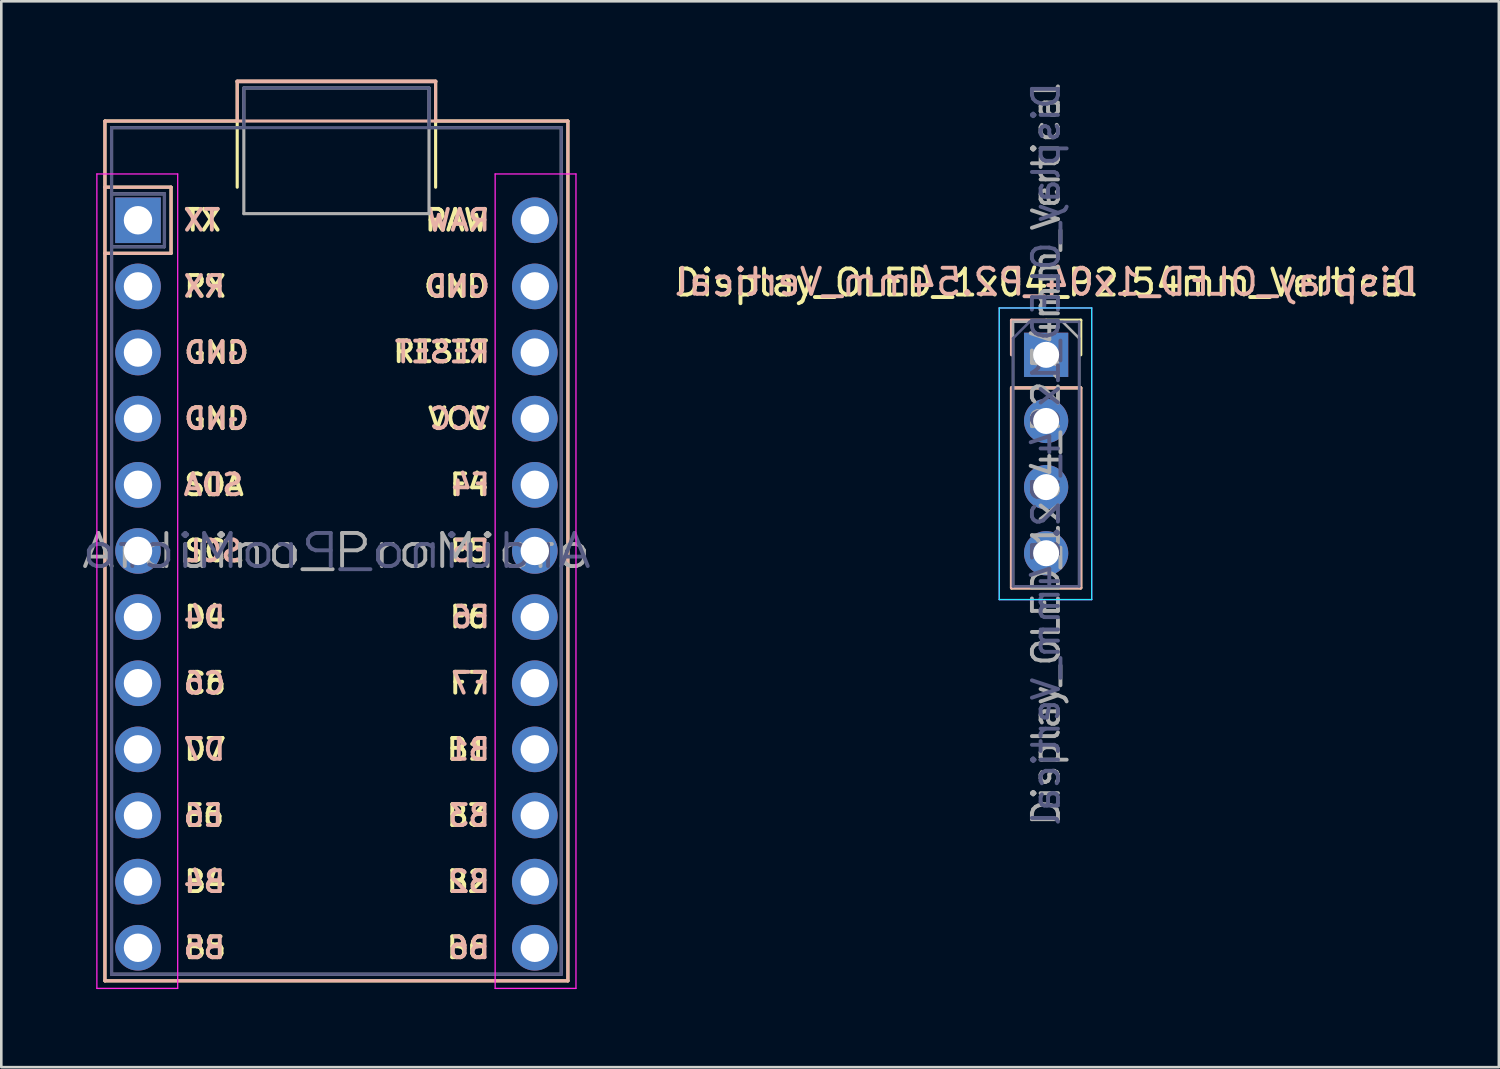
<source format=kicad_pcb>
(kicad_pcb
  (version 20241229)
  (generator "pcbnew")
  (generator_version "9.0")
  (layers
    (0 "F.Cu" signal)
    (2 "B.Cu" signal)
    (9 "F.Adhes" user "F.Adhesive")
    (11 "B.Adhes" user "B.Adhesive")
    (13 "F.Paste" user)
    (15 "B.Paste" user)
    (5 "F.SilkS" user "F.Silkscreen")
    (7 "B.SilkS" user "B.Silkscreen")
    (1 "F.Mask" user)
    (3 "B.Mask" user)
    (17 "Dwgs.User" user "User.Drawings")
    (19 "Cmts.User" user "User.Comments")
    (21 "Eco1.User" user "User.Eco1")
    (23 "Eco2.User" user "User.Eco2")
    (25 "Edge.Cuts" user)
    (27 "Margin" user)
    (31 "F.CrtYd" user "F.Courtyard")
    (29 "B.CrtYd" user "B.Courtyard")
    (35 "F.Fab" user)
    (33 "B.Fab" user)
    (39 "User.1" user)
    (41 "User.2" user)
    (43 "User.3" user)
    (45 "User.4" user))
  (footprint "Arduino_ProMicro"
    (layer "F.Cu")
    (at 9.87 18.109)
    (property "Reference" "Arduino_ProMicro" (at 0 0 0) (layer "F.Fab") (effects (font (size 1.27 1.524) (thickness 0.15))))
    (attr through_hole)
    (fp_line (start -8.89 -16.51) (end -8.89 16.51) (stroke (width 0.12) (type solid)) (layer "F.SilkS"))
    (fp_line (start -8.89 -16.51) (end -3.81 -16.51) (stroke (width 0.12) (type solid)) (layer "F.SilkS"))
    (fp_line (start -8.89 16.51) (end 8.89 16.51) (stroke (width 0.12) (type solid)) (layer "F.SilkS"))
    (fp_line (start -6.35 -13.97) (end -8.89 -13.97) (stroke (width 0.12) (type solid)) (layer "F.SilkS"))
    (fp_line (start -6.35 -13.97) (end -6.35 -11.43) (stroke (width 0.12) (type solid)) (layer "F.SilkS"))
    (fp_line (start -6.35 -11.43) (end -8.89 -11.43) (stroke (width 0.12) (type solid)) (layer "F.SilkS"))
    (fp_line (start -3.81 -18.034) (end 3.81 -18.034) (stroke (width 0.12) (type solid)) (layer "F.SilkS"))
    (fp_line (start -3.81 -13.97) (end -3.81 -18.034) (stroke (width 0.12) (type solid)) (layer "F.SilkS"))
    (fp_line (start 3.81 -18.034) (end 3.81 -13.97) (stroke (width 0.12) (type solid)) (layer "F.SilkS"))
    (fp_line (start 3.81 -16.51) (end 8.89 -16.51) (stroke (width 0.12) (type solid)) (layer "F.SilkS"))
    (fp_line (start 8.89 16.51) (end 8.89 -16.51) (stroke (width 0.12) (type solid)) (layer "F.SilkS"))
    (fp_line (start -8.89 -16.51) (end -8.89 16.51) (stroke (width 0.12) (type solid)) (layer "B.SilkS"))
    (fp_line (start -8.89 16.51) (end 8.89 16.51) (stroke (width 0.12) (type solid)) (layer "B.SilkS"))
    (fp_line (start -6.35 -13.97) (end -8.89 -13.97) (stroke (width 0.12) (type solid)) (layer "B.SilkS"))
    (fp_line (start -6.35 -13.97) (end -6.35 -11.43) (stroke (width 0.12) (type solid)) (layer "B.SilkS"))
    (fp_line (start -6.35 -11.43) (end -8.89 -11.43) (stroke (width 0.12) (type solid)) (layer "B.SilkS"))
    (fp_line (start -3.81 -18.034) (end 3.81 -18.034) (stroke (width 0.15) (type solid)) (layer "B.SilkS"))
    (fp_line (start -3.81 -16.51) (end -3.81 -18.034) (stroke (width 0.12) (type solid)) (layer "B.SilkS"))
    (fp_line (start 3.81 -18.034) (end 3.81 -16.51) (stroke (width 0.12) (type solid)) (layer "B.SilkS"))
    (fp_line (start 8.89 -16.51) (end -8.89 -16.51) (stroke (width 0.12) (type solid)) (layer "B.SilkS"))
    (fp_line (start 8.89 16.51) (end 8.89 -16.51) (stroke (width 0.12) (type solid)) (layer "B.SilkS"))
    (fp_line (start -9.2 16.8) (end -9.2 -14.478) (stroke (width 0.05) (type solid)) (layer "F.CrtYd"))
    (fp_line (start -6.096 -14.478) (end -9.2 -14.478) (stroke (width 0.05) (type solid)) (layer "F.CrtYd"))
    (fp_line (start -6.096 -14.478) (end -6.096 16.8) (stroke (width 0.05) (type solid)) (layer "F.CrtYd"))
    (fp_line (start -6.096 16.8) (end -9.2 16.8) (stroke (width 0.05) (type solid)) (layer "F.CrtYd"))
    (fp_line (start 6.096 16.8) (end 6.096 -14.478) (stroke (width 0.05) (type solid)) (layer "F.CrtYd"))
    (fp_line (start 6.096 16.8) (end 9.2 16.8) (stroke (width 0.05) (type solid)) (layer "F.CrtYd"))
    (fp_line (start 9.2 -14.478) (end 6.096 -14.478) (stroke (width 0.05) (type solid)) (layer "F.CrtYd"))
    (fp_line (start 9.2 -14.478) (end 9.2 16.8) (stroke (width 0.05) (type solid)) (layer "F.CrtYd"))
    (fp_line (start -8.636 -16.256) (end 8.636 -16.256) (stroke (width 0.12) (type solid)) (layer "B.Fab"))
    (fp_line (start -8.636 -13.716) (end -6.604 -13.716) (stroke (width 0.12) (type solid)) (layer "B.Fab"))
    (fp_line (start -8.636 16.256) (end -8.636 -16.256) (stroke (width 0.12) (type solid)) (layer "B.Fab"))
    (fp_line (start -6.604 -13.716) (end -6.604 -11.684) (stroke (width 0.12) (type solid)) (layer "B.Fab"))
    (fp_line (start -6.604 -11.684) (end -8.636 -11.684) (stroke (width 0.12) (type solid)) (layer "B.Fab"))
    (fp_line (start -3.556 -17.78) (end 3.556 -17.78) (stroke (width 0.12) (type solid)) (layer "B.Fab"))
    (fp_line (start -3.556 -16.256) (end -3.556 -17.78) (stroke (width 0.12) (type solid)) (layer "B.Fab"))
    (fp_line (start 3.556 -17.78) (end 3.556 -16.256) (stroke (width 0.12) (type solid)) (layer "B.Fab"))
    (fp_line (start 8.636 -16.256) (end 8.636 16.256) (stroke (width 0.12) (type solid)) (layer "B.Fab"))
    (fp_line (start 8.636 16.256) (end -8.636 16.256) (stroke (width 0.12) (type solid)) (layer "B.Fab"))
    (fp_line (start -8.636 -16.256) (end -3.556 -16.256) (stroke (width 0.12) (type solid)) (layer "F.Fab"))
    (fp_line (start -8.636 -13.716) (end -6.604 -13.716) (stroke (width 0.12) (type solid)) (layer "F.Fab"))
    (fp_line (start -8.636 16.256) (end -8.636 -16.256) (stroke (width 0.12) (type solid)) (layer "F.Fab"))
    (fp_line (start -6.604 -13.716) (end -6.604 -11.684) (stroke (width 0.12) (type solid)) (layer "F.Fab"))
    (fp_line (start -6.604 -11.684) (end -8.636 -11.684) (stroke (width 0.12) (type solid)) (layer "F.Fab"))
    (fp_line (start -3.556 -17.78) (end -3.556 -12.954) (stroke (width 0.12) (type solid)) (layer "F.Fab"))
    (fp_line (start -3.556 -17.78) (end 3.556 -17.78) (stroke (width 0.12) (type solid)) (layer "F.Fab"))
    (fp_line (start -3.556 -12.954) (end 3.556 -12.954) (stroke (width 0.12) (type solid)) (layer "F.Fab"))
    (fp_line (start 3.556 -16.256) (end 8.636 -16.256) (stroke (width 0.12) (type solid)) (layer "F.Fab"))
    (fp_line (start 3.556 -12.954) (end 3.556 -17.78) (stroke (width 0.12) (type solid)) (layer "F.Fab"))
    (fp_line (start 8.636 -16.256) (end 8.636 16.256) (stroke (width 0.12) (type solid)) (layer "F.Fab"))
    (fp_line (start 8.636 16.256) (end -8.636 16.256) (stroke (width 0.12) (type solid)) (layer "F.Fab"))
    (fp_text user "B4" (at -5.92 12.7 0) (layer "F.SilkS") (effects (font (size 0.8 0.8) (thickness 0.15)) (justify left)))
    (fp_text user "SCL" (at -5.92 0 0) (layer "F.SilkS") (effects (font (size 0.8 0.8) (thickness 0.15)) (justify left)))
    (fp_text user "E6" (at -5.92 10.16 0) (layer "F.SilkS") (effects (font (size 0.8 0.8) (thickness 0.15)) (justify left)))
    (fp_text user "B6" (at 5.92 15.24 0) (layer "F.SilkS") (effects (font (size 0.8 0.8) (thickness 0.15)) (justify right)))
    (fp_text user "F4" (at 5.92 -2.54 0) (layer "F.SilkS") (effects (font (size 0.8 0.8) (thickness 0.15)) (justify right)))
    (fp_text user "B3" (at 5.92 10.16 0) (layer "F.SilkS") (effects (font (size 0.8 0.8) (thickness 0.15)) (justify right)))
    (fp_text user "RX" (at -5.92 -10.16 0) (layer "F.SilkS") (effects (font (size 0.8 0.8) (thickness 0.15)) (justify left)))
    (fp_text user "B2" (at 5.92 12.7 0) (layer "F.SilkS") (effects (font (size 0.8 0.8) (thickness 0.15)) (justify right)))
    (fp_text user "GND" (at -5.92 -5.08 0) (layer "F.SilkS") (effects (font (size 0.8 0.8) (thickness 0.15)) (justify left)))
    (fp_text user "GND" (at -5.92 -7.62 0) (layer "F.SilkS") (effects (font (size 0.8 0.8) (thickness 0.15)) (justify left)))
    (fp_text user "B1" (at 5.92 7.62 0) (layer "F.SilkS") (effects (font (size 0.8 0.8) (thickness 0.15)) (justify right)))
    (fp_text user "D7" (at -5.92 7.62 0) (layer "F.SilkS") (effects (font (size 0.8 0.8) (thickness 0.15)) (justify left)))
    (fp_text user "B5" (at -5.92 15.24 0) (layer "F.SilkS") (effects (font (size 0.8 0.8) (thickness 0.15)) (justify left)))
    (fp_text user "C6" (at -5.92 5.08 0) (layer "F.SilkS") (effects (font (size 0.8 0.8) (thickness 0.15)) (justify left)))
    (fp_text user "TX" (at -5.92 -12.7 0) (layer "F.SilkS") (effects (font (size 0.8 0.8) (thickness 0.15)) (justify left)))
    (fp_text user "F7" (at 5.92 5.08 0) (layer "F.SilkS") (effects (font (size 0.8 0.8) (thickness 0.15)) (justify right)))
    (fp_text user "D4" (at -5.92 2.54 0) (layer "F.SilkS") (effects (font (size 0.8 0.8) (thickness 0.15)) (justify left)))
    (fp_text user "SDA" (at -5.92 -2.54 0) (layer "F.SilkS") (effects (font (size 0.8 0.8) (thickness 0.15)) (justify left)))
    (fp_text user "RAW" (at 5.92 -12.7 0) (layer "F.SilkS") (effects (font (size 0.8 0.8) (thickness 0.15)) (justify right)))
    (fp_text user "F5" (at 5.92 0 0) (layer "F.SilkS") (effects (font (size 0.8 0.8) (thickness 0.15)) (justify right)))
    (fp_text user "F6" (at 5.92 2.54 0) (layer "F.SilkS") (effects (font (size 0.8 0.8) (thickness 0.15)) (justify right)))
    (fp_text user "GND" (at 5.92 -10.16 0) (layer "F.SilkS") (effects (font (size 0.8 0.8) (thickness 0.15)) (justify right)))
    (fp_text user "VCC" (at 5.92 -5.08 0) (layer "F.SilkS") (effects (font (size 0.8 0.8) (thickness 0.15)) (justify right)))
    (fp_text user "RESET" (at 5.92 -7.65 0) (layer "F.SilkS") (effects (font (size 0.8 0.8) (thickness 0.15)) (justify right)))
    (fp_text user "D4" (at -4.191 2.54 0) (layer "B.SilkS") (effects (font (size 0.8 0.8) (thickness 0.15)) (justify left mirror)))
    (fp_text user "RX" (at -4.191 -10.16 0) (layer "B.SilkS") (effects (font (size 0.8 0.8) (thickness 0.15)) (justify left mirror)))
    (fp_text user "F4" (at 4.332 -2.54 0) (layer "B.SilkS") (effects (font (size 0.8 0.8) (thickness 0.15)) (justify right mirror)))
    (fp_text user "D7" (at -4.191 7.62 0) (layer "B.SilkS") (effects (font (size 0.8 0.8) (thickness 0.15)) (justify left mirror)))
    (fp_text user "B4" (at -4.191 12.7 0) (layer "B.SilkS") (effects (font (size 0.8 0.8) (thickness 0.15)) (justify left mirror)))
    (fp_text user "E6" (at -4.268 10.16 0) (layer "B.SilkS") (effects (font (size 0.8 0.8) (thickness 0.15)) (justify left mirror)))
    (fp_text user "B5" (at -4.191 15.24 0) (layer "B.SilkS") (effects (font (size 0.8 0.8) (thickness 0.15)) (justify left mirror)))
    (fp_text user "B2" (at 4.218 12.7 0) (layer "B.SilkS") (effects (font (size 0.8 0.8) (thickness 0.15)) (justify right mirror)))
    (fp_text user "B1" (at 4.218 7.62 0) (layer "B.SilkS") (effects (font (size 0.8 0.8) (thickness 0.15)) (justify right mirror)))
    (fp_text user "GND" (at 3.342 -10.16 0) (layer "B.SilkS") (effects (font (size 0.8 0.8) (thickness 0.15)) (justify right mirror)))
    (fp_text user "RAW" (at 3.38 -12.7 0) (layer "B.SilkS") (effects (font (size 0.8 0.8) (thickness 0.15)) (justify right mirror)))
    (fp_text user "F6" (at 4.332 2.54 0) (layer "B.SilkS") (effects (font (size 0.8 0.8) (thickness 0.15)) (justify right mirror)))
    (fp_text user "VCC" (at 3.494 -5.08 0) (layer "B.SilkS") (effects (font (size 0.8 0.8) (thickness 0.15)) (justify right mirror)))
    (fp_text user "SDA" (at -3.506 -2.54 0) (layer "B.SilkS") (effects (font (size 0.8 0.8) (thickness 0.15)) (justify left mirror)))
    (fp_text user "B6" (at 4.218 15.24 0) (layer "B.SilkS") (effects (font (size 0.8 0.8) (thickness 0.15)) (justify right mirror)))
    (fp_text user "B3" (at 4.218 10.16 0) (layer "B.SilkS") (effects (font (size 0.8 0.8) (thickness 0.15)) (justify right mirror)))
    (fp_text user "GND" (at -4.609 -5.08 0) (layer "B.SilkS") (effects (font (size 0.8 0.8) (thickness 0.15)) (justify mirror)))
    (fp_text user "F5" (at 4.332 0 0) (layer "B.SilkS") (effects (font (size 0.8 0.8) (thickness 0.15)) (justify right mirror)))
    (fp_text user "RESET" (at 2.161 -7.64 0) (layer "B.SilkS") (effects (font (size 0.8 0.8) (thickness 0.15)) (justify right mirror)))
    (fp_text user "F7" (at 4.332 5.08 0) (layer "B.SilkS") (effects (font (size 0.8 0.8) (thickness 0.15)) (justify right mirror)))
    (fp_text user "SCL" (at -3.544 0 0) (layer "B.SilkS") (effects (font (size 0.8 0.8) (thickness 0.15)) (justify left mirror)))
    (fp_text user "C6" (at -4.191 5.08 0) (layer "B.SilkS") (effects (font (size 0.8 0.8) (thickness 0.15)) (justify left mirror)))
    (fp_text user "TX" (at -4.382 -12.7 0) (layer "B.SilkS") (effects (font (size 0.8 0.8) (thickness 0.15)) (justify left mirror)))
    (fp_text user "GND" (at -4.609 -7.62 0) (layer "B.SilkS") (effects (font (size 0.8 0.8) (thickness 0.15)) (justify mirror)))
    (fp_text user "${REFERENCE}" (at 0 0 0) (layer "B.Fab") (effects (font (size 1.27 1.524) (thickness 0.15)) (justify mirror)))
    (pad "1" thru_hole rect (at -7.62 -12.7) (size 1.753 1.753) (drill 1.092) (layers "*.Cu" "*.Mask"))
    (pad "2" thru_hole circle (at -7.62 -10.16) (size 1.753 1.753) (drill 1.092) (layers "*.Cu" "*.Mask"))
    (pad "3" thru_hole circle (at -7.62 -7.62) (size 1.753 1.753) (drill 1.092) (layers "*.Cu" "*.Mask"))
    (pad "4" thru_hole circle (at -7.62 -5.08) (size 1.753 1.753) (drill 1.092) (layers "*.Cu" "*.Mask"))
    (pad "5" thru_hole circle (at -7.62 -2.54) (size 1.753 1.753) (drill 1.092) (layers "*.Cu" "*.Mask"))
    (pad "6" thru_hole circle (at -7.62 0) (size 1.753 1.753) (drill 1.092) (layers "*.Cu" "*.Mask"))
    (pad "7" thru_hole circle (at -7.62 2.54) (size 1.753 1.753) (drill 1.092) (layers "*.Cu" "*.Mask"))
    (pad "8" thru_hole circle (at -7.62 5.08) (size 1.753 1.753) (drill 1.092) (layers "*.Cu" "*.Mask"))
    (pad "9" thru_hole circle (at -7.62 7.62) (size 1.753 1.753) (drill 1.092) (layers "*.Cu" "*.Mask"))
    (pad "10" thru_hole circle (at -7.62 10.16) (size 1.753 1.753) (drill 1.092) (layers "*.Cu" "*.Mask"))
    (pad "11" thru_hole circle (at -7.62 12.7) (size 1.753 1.753) (drill 1.092) (layers "*.Cu" "*.Mask"))
    (pad "12" thru_hole circle (at -7.62 15.24) (size 1.753 1.753) (drill 1.092) (layers "*.Cu" "*.Mask"))
    (pad "13" thru_hole circle (at 7.62 15.24) (size 1.753 1.753) (drill 1.092) (layers "*.Cu" "*.Mask"))
    (pad "14" thru_hole circle (at 7.62 12.7) (size 1.753 1.753) (drill 1.092) (layers "*.Cu" "*.Mask"))
    (pad "15" thru_hole circle (at 7.62 10.16) (size 1.753 1.753) (drill 1.092) (layers "*.Cu" "*.Mask"))
    (pad "16" thru_hole circle (at 7.62 7.62) (size 1.753 1.753) (drill 1.092) (layers "*.Cu" "*.Mask"))
    (pad "17" thru_hole circle (at 7.62 5.08) (size 1.753 1.753) (drill 1.092) (layers "*.Cu" "*.Mask"))
    (pad "18" thru_hole circle (at 7.62 2.54) (size 1.753 1.753) (drill 1.092) (layers "*.Cu" "*.Mask"))
    (pad "19" thru_hole circle (at 7.62 0) (size 1.753 1.753) (drill 1.092) (layers "*.Cu" "*.Mask"))
    (pad "20" thru_hole circle (at 7.62 -2.54) (size 1.753 1.753) (drill 1.092) (layers "*.Cu" "*.Mask"))
    (pad "21" thru_hole circle (at 7.62 -5.08) (size 1.753 1.753) (drill 1.092) (layers "*.Cu" "*.Mask"))
    (pad "22" thru_hole circle (at 7.62 -7.62) (size 1.753 1.753) (drill 1.092) (layers "*.Cu" "*.Mask"))
    (pad "23" thru_hole circle (at 7.62 -10.16) (size 1.753 1.753) (drill 1.092) (layers "*.Cu" "*.Mask"))
    (pad "24" thru_hole circle (at 7.62 -12.7) (size 1.753 1.753) (drill 1.092) (layers "*.Cu" "*.Mask")))
  (footprint "Display_OLED_1x04_P2.54mm_Vertical"
    (layer "F.Cu")
    (at 37.126 10.577)
    (property "Reference" "Display_OLED_1x04_P2.54mm_Vertical" (at 0 -2.77 0) (layer "F.SilkS") (effects (font (size 1 1) (thickness 0.15))))
    (attr through_hole)
    (fp_line (start -1.33 1.27) (end -1.33 8.95) (stroke (width 0.12) (type solid)) (layer "F.SilkS"))
    (fp_line (start -1.33 1.27) (end 1.33 1.27) (stroke (width 0.12) (type solid)) (layer "F.SilkS"))
    (fp_line (start -1.33 8.95) (end 1.33 8.95) (stroke (width 0.12) (type solid)) (layer "F.SilkS"))
    (fp_line (start 0 -1.33) (end 1.33 -1.33) (stroke (width 0.12) (type solid)) (layer "F.SilkS"))
    (fp_line (start 1.33 -1.33) (end 1.33 0) (stroke (width 0.12) (type solid)) (layer "F.SilkS"))
    (fp_line (start 1.33 1.27) (end 1.33 8.95) (stroke (width 0.12) (type solid)) (layer "F.SilkS"))
    (fp_line (start -1.33 -1.33) (end -1.33 0) (stroke (width 0.12) (type solid)) (layer "B.SilkS"))
    (fp_line (start -1.33 1.27) (end -1.33 8.95) (stroke (width 0.12) (type solid)) (layer "B.SilkS"))
    (fp_line (start 0 -1.33) (end -1.33 -1.33) (stroke (width 0.12) (type solid)) (layer "B.SilkS"))
    (fp_line (start 1.33 1.27) (end -1.33 1.27) (stroke (width 0.12) (type solid)) (layer "B.SilkS"))
    (fp_line (start 1.33 1.27) (end 1.33 8.95) (stroke (width 0.12) (type solid)) (layer "B.SilkS"))
    (fp_line (start 1.33 8.95) (end -1.33 8.95) (stroke (width 0.12) (type solid)) (layer "B.SilkS"))
    (fp_line (start -1.8 -1.8) (end -1.8 9.4) (stroke (width 0.05) (type solid)) (layer "B.CrtYd"))
    (fp_line (start -1.8 9.4) (end 1.75 9.4) (stroke (width 0.05) (type solid)) (layer "B.CrtYd"))
    (fp_line (start 1.75 -1.8) (end -1.8 -1.8) (stroke (width 0.05) (type solid)) (layer "B.CrtYd"))
    (fp_line (start 1.75 9.4) (end 1.75 -1.8) (stroke (width 0.05) (type solid)) (layer "B.CrtYd"))
    (fp_line (start -1.8 -1.8) (end 1.75 -1.8) (stroke (width 0.05) (type solid)) (layer "F.CrtYd"))
    (fp_line (start -1.8 9.4) (end -1.8 -1.8) (stroke (width 0.05) (type solid)) (layer "F.CrtYd"))
    (fp_line (start 1.75 -1.8) (end 1.75 9.4) (stroke (width 0.05) (type solid)) (layer "F.CrtYd"))
    (fp_line (start 1.75 9.4) (end -1.8 9.4) (stroke (width 0.05) (type solid)) (layer "F.CrtYd"))
    (fp_line (start -1.27 -0.635) (end -1.27 8.89) (stroke (width 0.1) (type solid)) (layer "B.Fab"))
    (fp_line (start -1.27 8.89) (end 1.27 8.89) (stroke (width 0.1) (type solid)) (layer "B.Fab"))
    (fp_line (start -0.635 -1.27) (end -1.27 -0.635) (stroke (width 0.1) (type solid)) (layer "B.Fab"))
    (fp_line (start 1.27 -1.27) (end -0.635 -1.27) (stroke (width 0.1) (type solid)) (layer "B.Fab"))
    (fp_line (start 1.27 8.89) (end 1.27 -1.27) (stroke (width 0.1) (type solid)) (layer "B.Fab"))
    (fp_line (start -1.27 -1.27) (end 0.635 -1.27) (stroke (width 0.1) (type solid)) (layer "F.Fab"))
    (fp_line (start -1.27 8.89) (end -1.27 -1.27) (stroke (width 0.1) (type solid)) (layer "F.Fab"))
    (fp_line (start 0.635 -1.27) (end 1.27 -0.635) (stroke (width 0.1) (type solid)) (layer "F.Fab"))
    (fp_line (start 1.27 -0.635) (end 1.27 8.89) (stroke (width 0.1) (type solid)) (layer "F.Fab"))
    (fp_line (start 1.27 8.89) (end -1.27 8.89) (stroke (width 0.1) (type solid)) (layer "F.Fab"))
    (fp_text user "${REFERENCE}" (at 0 -2.8 180) (layer "B.SilkS") (effects (font (size 1 1) (thickness 0.15)) (justify mirror)))
    (fp_text user "${REFERENCE}" (at 0 3.81 90) (layer "B.Fab") (effects (font (size 1 1) (thickness 0.15)) (justify mirror)))
    (fp_text user "${REFERENCE}" (at 0 3.81 90) (layer "F.Fab") (effects (font (size 1 1) (thickness 0.15))))
    (pad "1" thru_hole rect (at 0 0) (size 1.7 1.7) (drill 1) (layers "*.Cu" "*.Mask"))
    (pad "2" thru_hole oval (at 0 2.54) (size 1.7 1.7) (drill 1) (layers "*.Cu" "*.Mask"))
    (pad "3" thru_hole oval (at 0 5.08) (size 1.7 1.7) (drill 1) (layers "*.Cu" "*.Mask"))
    (pad "4" thru_hole oval (at 0 7.62) (size 1.7 1.7) (drill 1) (layers "*.Cu" "*.Mask")))
  (gr_rect
    (start -3 -3)
    (end 54.513 37.934)
    (stroke (width 0.1) (type default))
    (fill no)
    (layer "Edge.Cuts")))
</source>
